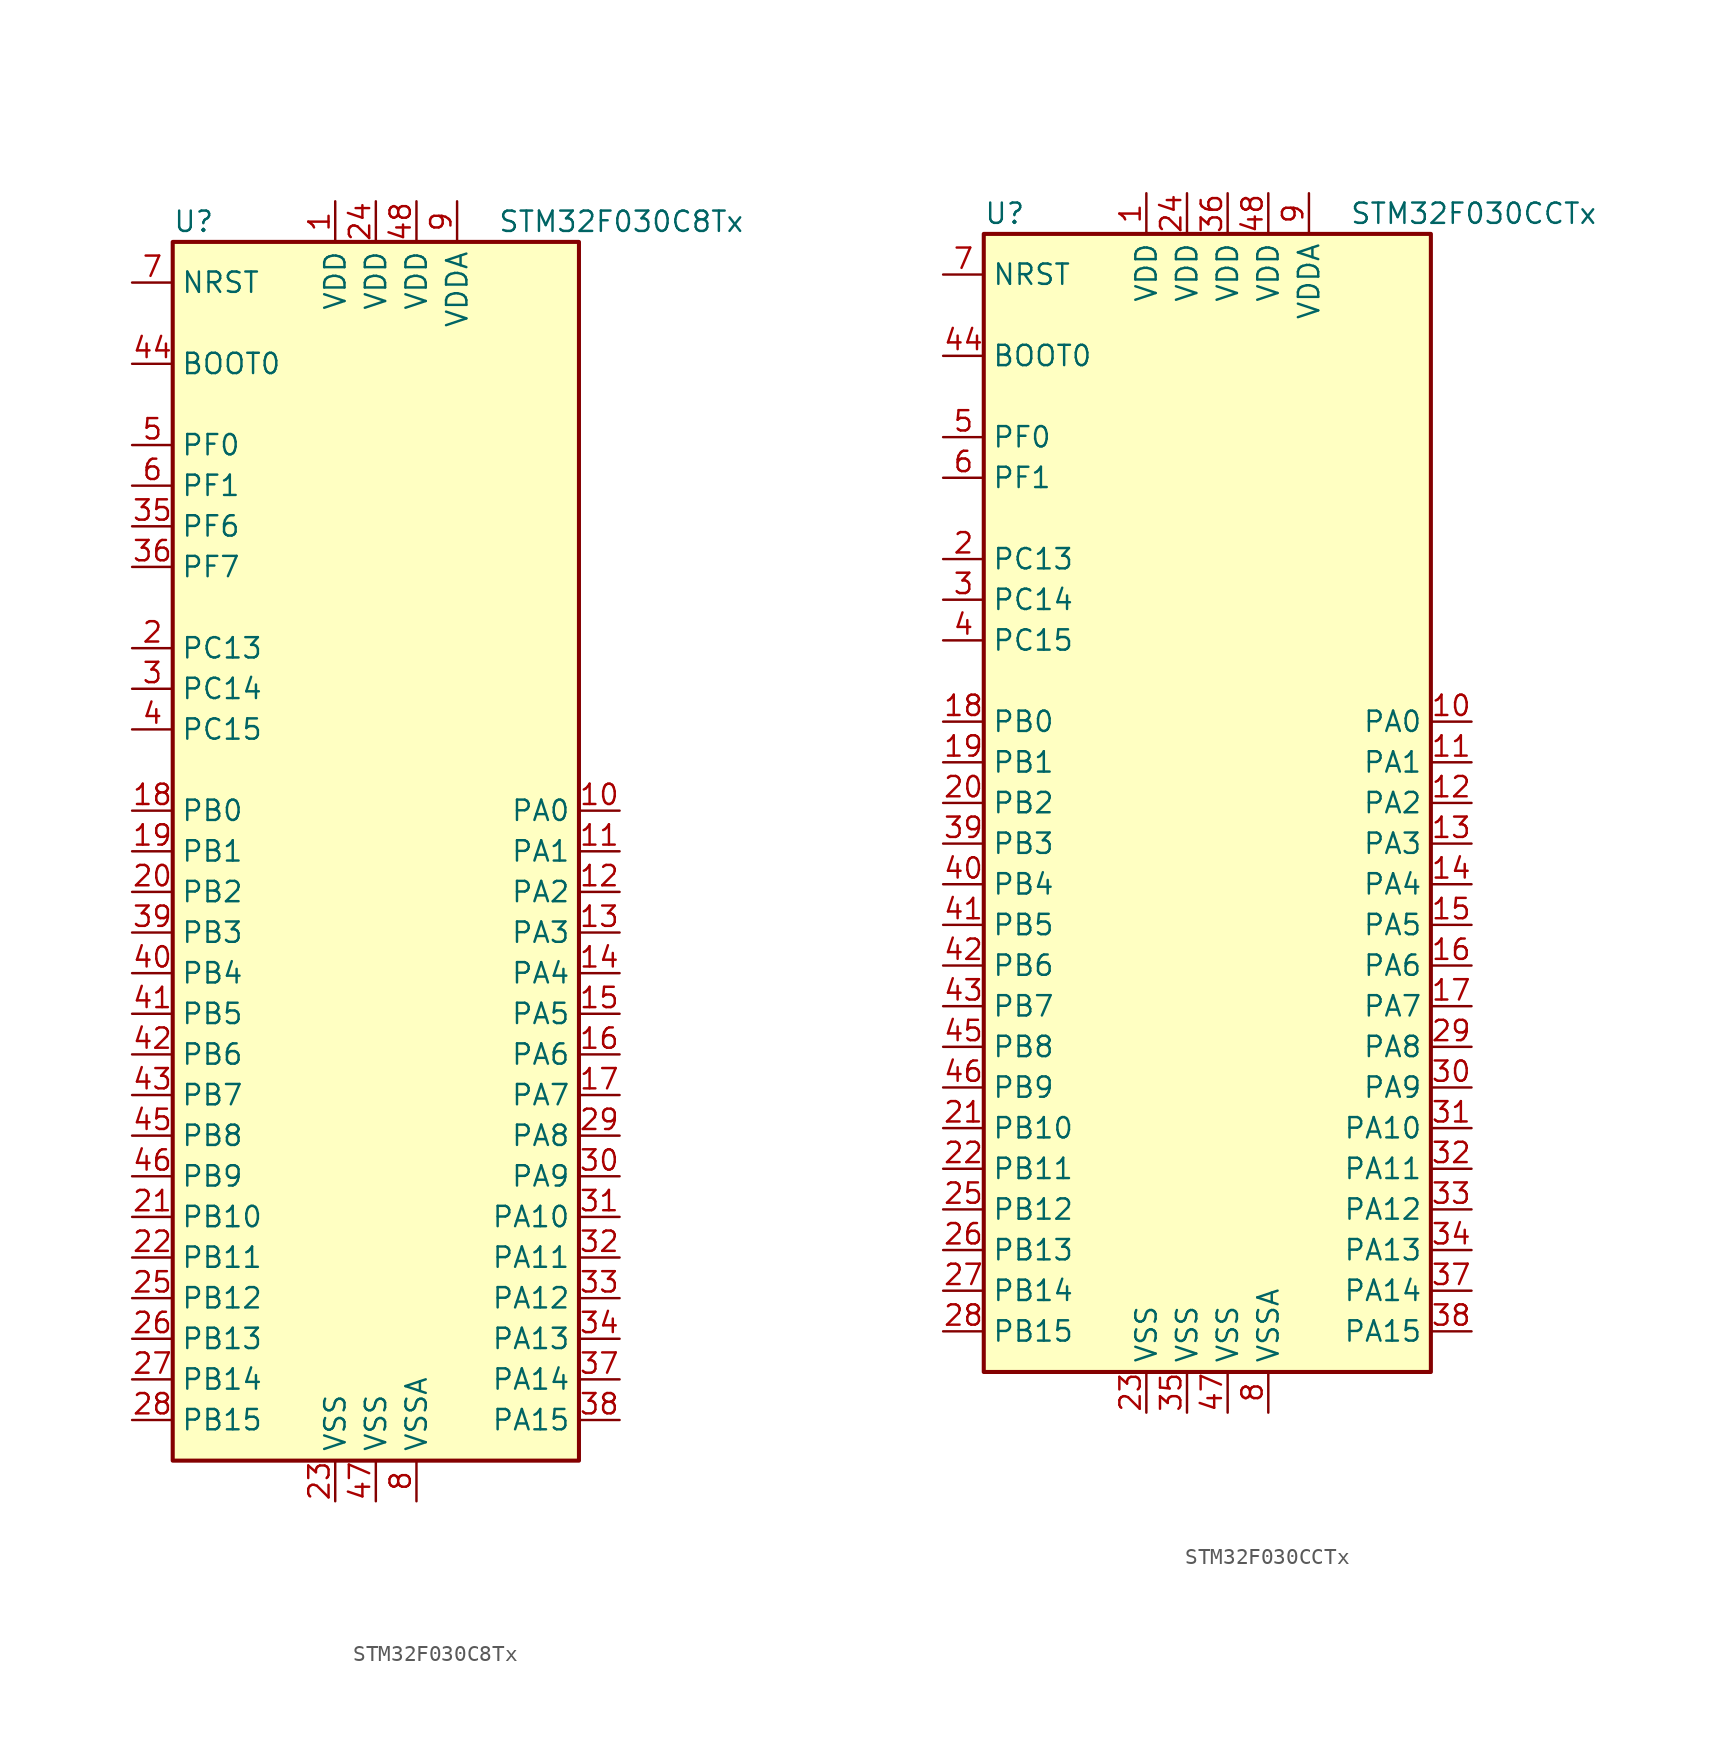
<source format=kicad_sym>
(kicad_symbol_lib
  (version 20211014)
  (generator kicad_symbol_editor)
  (symbol "STM32F030C8Tx"
    (property "Reference" "U"
      (at -12.7 39.37 0)
      (effects (font (size 1.27 1.27)) (justify left)))
    (property "Value" "STM32F030C8Tx"
      (at 7.62 39.37 0)
      (effects (font (size 1.27 1.27)) (justify left)))
    (symbol "STM32F030C8Tx_0_1"
      (rectangle (start -12.7 -38.1) (end 12.7 38.1) (stroke (width 0.254) (type default) (color 0 0 0 0)) (fill (type background))))
    (symbol "STM32F030C8Tx_1_1"
      (pin power_in line (at -2.54 40.64 270) (length 2.54) (name "VDD" (effects (font (size 1.27 1.27)))) (number "1" (effects (font (size 1.27 1.27)))))
      (pin bidirectional line (at 15.24 2.54 180) (length 2.54) (name "PA0" (effects (font (size 1.27 1.27)))) (number "10" (effects (font (size 1.27 1.27)))))
      (pin bidirectional line (at 15.24 0 180) (length 2.54) (name "PA1" (effects (font (size 1.27 1.27)))) (number "11" (effects (font (size 1.27 1.27)))))
      (pin bidirectional line (at 15.24 -2.54 180) (length 2.54) (name "PA2" (effects (font (size 1.27 1.27)))) (number "12" (effects (font (size 1.27 1.27)))))
      (pin bidirectional line (at 15.24 -5.08 180) (length 2.54) (name "PA3" (effects (font (size 1.27 1.27)))) (number "13" (effects (font (size 1.27 1.27)))))
      (pin bidirectional line (at 15.24 -7.62 180) (length 2.54) (name "PA4" (effects (font (size 1.27 1.27)))) (number "14" (effects (font (size 1.27 1.27)))))
      (pin bidirectional line (at 15.24 -10.16 180) (length 2.54) (name "PA5" (effects (font (size 1.27 1.27)))) (number "15" (effects (font (size 1.27 1.27)))))
      (pin bidirectional line (at 15.24 -12.7 180) (length 2.54) (name "PA6" (effects (font (size 1.27 1.27)))) (number "16" (effects (font (size 1.27 1.27)))))
      (pin bidirectional line (at 15.24 -15.24 180) (length 2.54) (name "PA7" (effects (font (size 1.27 1.27)))) (number "17" (effects (font (size 1.27 1.27)))))
      (pin bidirectional line (at -15.24 2.54 0) (length 2.54) (name "PB0" (effects (font (size 1.27 1.27)))) (number "18" (effects (font (size 1.27 1.27)))))
      (pin bidirectional line (at -15.24 0 0) (length 2.54) (name "PB1" (effects (font (size 1.27 1.27)))) (number "19" (effects (font (size 1.27 1.27)))))
      (pin bidirectional line (at -15.24 12.7 0) (length 2.54) (name "PC13" (effects (font (size 1.27 1.27)))) (number "2" (effects (font (size 1.27 1.27)))))
      (pin bidirectional line (at -15.24 -2.54 0) (length 2.54) (name "PB2" (effects (font (size 1.27 1.27)))) (number "20" (effects (font (size 1.27 1.27)))))
      (pin bidirectional line (at -15.24 -22.86 0) (length 2.54) (name "PB10" (effects (font (size 1.27 1.27)))) (number "21" (effects (font (size 1.27 1.27)))))
      (pin bidirectional line (at -15.24 -25.4 0) (length 2.54) (name "PB11" (effects (font (size 1.27 1.27)))) (number "22" (effects (font (size 1.27 1.27)))))
      (pin power_in line (at -2.54 -40.64 90) (length 2.54) (name "VSS" (effects (font (size 1.27 1.27)))) (number "23" (effects (font (size 1.27 1.27)))))
      (pin power_in line (at 0 40.64 270) (length 2.54) (name "VDD" (effects (font (size 1.27 1.27)))) (number "24" (effects (font (size 1.27 1.27)))))
      (pin bidirectional line (at -15.24 -27.94 0) (length 2.54) (name "PB12" (effects (font (size 1.27 1.27)))) (number "25" (effects (font (size 1.27 1.27)))))
      (pin bidirectional line (at -15.24 -30.48 0) (length 2.54) (name "PB13" (effects (font (size 1.27 1.27)))) (number "26" (effects (font (size 1.27 1.27)))))
      (pin bidirectional line (at -15.24 -33.02 0) (length 2.54) (name "PB14" (effects (font (size 1.27 1.27)))) (number "27" (effects (font (size 1.27 1.27)))))
      (pin bidirectional line (at -15.24 -35.56 0) (length 2.54) (name "PB15" (effects (font (size 1.27 1.27)))) (number "28" (effects (font (size 1.27 1.27)))))
      (pin bidirectional line (at 15.24 -17.78 180) (length 2.54) (name "PA8" (effects (font (size 1.27 1.27)))) (number "29" (effects (font (size 1.27 1.27)))))
      (pin bidirectional line (at -15.24 10.16 0) (length 2.54) (name "PC14" (effects (font (size 1.27 1.27)))) (number "3" (effects (font (size 1.27 1.27)))))
      (pin bidirectional line (at 15.24 -20.32 180) (length 2.54) (name "PA9" (effects (font (size 1.27 1.27)))) (number "30" (effects (font (size 1.27 1.27)))))
      (pin bidirectional line (at 15.24 -22.86 180) (length 2.54) (name "PA10" (effects (font (size 1.27 1.27)))) (number "31" (effects (font (size 1.27 1.27)))))
      (pin bidirectional line (at 15.24 -25.4 180) (length 2.54) (name "PA11" (effects (font (size 1.27 1.27)))) (number "32" (effects (font (size 1.27 1.27)))))
      (pin bidirectional line (at 15.24 -27.94 180) (length 2.54) (name "PA12" (effects (font (size 1.27 1.27)))) (number "33" (effects (font (size 1.27 1.27)))))
      (pin bidirectional line (at 15.24 -30.48 180) (length 2.54) (name "PA13" (effects (font (size 1.27 1.27)))) (number "34" (effects (font (size 1.27 1.27)))))
      (pin bidirectional line (at -15.24 20.32 0) (length 2.54) (name "PF6" (effects (font (size 1.27 1.27)))) (number "35" (effects (font (size 1.27 1.27)))))
      (pin bidirectional line (at -15.24 17.78 0) (length 2.54) (name "PF7" (effects (font (size 1.27 1.27)))) (number "36" (effects (font (size 1.27 1.27)))))
      (pin bidirectional line (at 15.24 -33.02 180) (length 2.54) (name "PA14" (effects (font (size 1.27 1.27)))) (number "37" (effects (font (size 1.27 1.27)))))
      (pin bidirectional line (at 15.24 -35.56 180) (length 2.54) (name "PA15" (effects (font (size 1.27 1.27)))) (number "38" (effects (font (size 1.27 1.27)))))
      (pin bidirectional line (at -15.24 -5.08 0) (length 2.54) (name "PB3" (effects (font (size 1.27 1.27)))) (number "39" (effects (font (size 1.27 1.27)))))
      (pin bidirectional line (at -15.24 7.62 0) (length 2.54) (name "PC15" (effects (font (size 1.27 1.27)))) (number "4" (effects (font (size 1.27 1.27)))))
      (pin bidirectional line (at -15.24 -7.62 0) (length 2.54) (name "PB4" (effects (font (size 1.27 1.27)))) (number "40" (effects (font (size 1.27 1.27)))))
      (pin bidirectional line (at -15.24 -10.16 0) (length 2.54) (name "PB5" (effects (font (size 1.27 1.27)))) (number "41" (effects (font (size 1.27 1.27)))))
      (pin bidirectional line (at -15.24 -12.7 0) (length 2.54) (name "PB6" (effects (font (size 1.27 1.27)))) (number "42" (effects (font (size 1.27 1.27)))))
      (pin bidirectional line (at -15.24 -15.24 0) (length 2.54) (name "PB7" (effects (font (size 1.27 1.27)))) (number "43" (effects (font (size 1.27 1.27)))))
      (pin input line (at -15.24 30.48 0) (length 2.54) (name "BOOT0" (effects (font (size 1.27 1.27)))) (number "44" (effects (font (size 1.27 1.27)))))
      (pin bidirectional line (at -15.24 -17.78 0) (length 2.54) (name "PB8" (effects (font (size 1.27 1.27)))) (number "45" (effects (font (size 1.27 1.27)))))
      (pin bidirectional line (at -15.24 -20.32 0) (length 2.54) (name "PB9" (effects (font (size 1.27 1.27)))) (number "46" (effects (font (size 1.27 1.27)))))
      (pin power_in line (at 0 -40.64 90) (length 2.54) (name "VSS" (effects (font (size 1.27 1.27)))) (number "47" (effects (font (size 1.27 1.27)))))
      (pin power_in line (at 2.54 40.64 270) (length 2.54) (name "VDD" (effects (font (size 1.27 1.27)))) (number "48" (effects (font (size 1.27 1.27)))))
      (pin input line (at -15.24 25.4 0) (length 2.54) (name "PF0" (effects (font (size 1.27 1.27)))) (number "5" (effects (font (size 1.27 1.27)))))
      (pin input line (at -15.24 22.86 0) (length 2.54) (name "PF1" (effects (font (size 1.27 1.27)))) (number "6" (effects (font (size 1.27 1.27)))))
      (pin input line (at -15.24 35.56 0) (length 2.54) (name "NRST" (effects (font (size 1.27 1.27)))) (number "7" (effects (font (size 1.27 1.27)))))
      (pin power_in line (at 2.54 -40.64 90) (length 2.54) (name "VSSA" (effects (font (size 1.27 1.27)))) (number "8" (effects (font (size 1.27 1.27)))))
      (pin power_in line (at 5.08 40.64 270) (length 2.54) (name "VDDA" (effects (font (size 1.27 1.27)))) (number "9" (effects (font (size 1.27 1.27)))))))
  (symbol "STM32F030CCTx"
    (property "Reference" "U"
      (at -15.24 36.83 0)
      (effects (font (size 1.27 1.27)) (justify left)))
    (property "Value" "STM32F030CCTx"
      (at 7.62 36.83 0)
      (effects (font (size 1.27 1.27)) (justify left)))
    (symbol "STM32F030CCTx_0_1"
      (rectangle (start -15.24 -35.56) (end 12.7 35.56) (stroke (width 0.254) (type default) (color 0 0 0 0)) (fill (type background))))
    (symbol "STM32F030CCTx_1_1"
      (pin power_in line (at -5.08 38.1 270) (length 2.54) (name "VDD" (effects (font (size 1.27 1.27)))) (number "1" (effects (font (size 1.27 1.27)))))
      (pin bidirectional line (at 15.24 5.08 180) (length 2.54) (name "PA0" (effects (font (size 1.27 1.27)))) (number "10" (effects (font (size 1.27 1.27)))))
      (pin bidirectional line (at 15.24 2.54 180) (length 2.54) (name "PA1" (effects (font (size 1.27 1.27)))) (number "11" (effects (font (size 1.27 1.27)))))
      (pin bidirectional line (at 15.24 0 180) (length 2.54) (name "PA2" (effects (font (size 1.27 1.27)))) (number "12" (effects (font (size 1.27 1.27)))))
      (pin bidirectional line (at 15.24 -2.54 180) (length 2.54) (name "PA3" (effects (font (size 1.27 1.27)))) (number "13" (effects (font (size 1.27 1.27)))))
      (pin bidirectional line (at 15.24 -5.08 180) (length 2.54) (name "PA4" (effects (font (size 1.27 1.27)))) (number "14" (effects (font (size 1.27 1.27)))))
      (pin bidirectional line (at 15.24 -7.62 180) (length 2.54) (name "PA5" (effects (font (size 1.27 1.27)))) (number "15" (effects (font (size 1.27 1.27)))))
      (pin bidirectional line (at 15.24 -10.16 180) (length 2.54) (name "PA6" (effects (font (size 1.27 1.27)))) (number "16" (effects (font (size 1.27 1.27)))))
      (pin bidirectional line (at 15.24 -12.7 180) (length 2.54) (name "PA7" (effects (font (size 1.27 1.27)))) (number "17" (effects (font (size 1.27 1.27)))))
      (pin bidirectional line (at -17.78 5.08 0) (length 2.54) (name "PB0" (effects (font (size 1.27 1.27)))) (number "18" (effects (font (size 1.27 1.27)))))
      (pin bidirectional line (at -17.78 2.54 0) (length 2.54) (name "PB1" (effects (font (size 1.27 1.27)))) (number "19" (effects (font (size 1.27 1.27)))))
      (pin bidirectional line (at -17.78 15.24 0) (length 2.54) (name "PC13" (effects (font (size 1.27 1.27)))) (number "2" (effects (font (size 1.27 1.27)))))
      (pin bidirectional line (at -17.78 0 0) (length 2.54) (name "PB2" (effects (font (size 1.27 1.27)))) (number "20" (effects (font (size 1.27 1.27)))))
      (pin bidirectional line (at -17.78 -20.32 0) (length 2.54) (name "PB10" (effects (font (size 1.27 1.27)))) (number "21" (effects (font (size 1.27 1.27)))))
      (pin bidirectional line (at -17.78 -22.86 0) (length 2.54) (name "PB11" (effects (font (size 1.27 1.27)))) (number "22" (effects (font (size 1.27 1.27)))))
      (pin power_in line (at -5.08 -38.1 90) (length 2.54) (name "VSS" (effects (font (size 1.27 1.27)))) (number "23" (effects (font (size 1.27 1.27)))))
      (pin power_in line (at -2.54 38.1 270) (length 2.54) (name "VDD" (effects (font (size 1.27 1.27)))) (number "24" (effects (font (size 1.27 1.27)))))
      (pin bidirectional line (at -17.78 -25.4 0) (length 2.54) (name "PB12" (effects (font (size 1.27 1.27)))) (number "25" (effects (font (size 1.27 1.27)))))
      (pin bidirectional line (at -17.78 -27.94 0) (length 2.54) (name "PB13" (effects (font (size 1.27 1.27)))) (number "26" (effects (font (size 1.27 1.27)))))
      (pin bidirectional line (at -17.78 -30.48 0) (length 2.54) (name "PB14" (effects (font (size 1.27 1.27)))) (number "27" (effects (font (size 1.27 1.27)))))
      (pin bidirectional line (at -17.78 -33.02 0) (length 2.54) (name "PB15" (effects (font (size 1.27 1.27)))) (number "28" (effects (font (size 1.27 1.27)))))
      (pin bidirectional line (at 15.24 -15.24 180) (length 2.54) (name "PA8" (effects (font (size 1.27 1.27)))) (number "29" (effects (font (size 1.27 1.27)))))
      (pin bidirectional line (at -17.78 12.7 0) (length 2.54) (name "PC14" (effects (font (size 1.27 1.27)))) (number "3" (effects (font (size 1.27 1.27)))))
      (pin bidirectional line (at 15.24 -17.78 180) (length 2.54) (name "PA9" (effects (font (size 1.27 1.27)))) (number "30" (effects (font (size 1.27 1.27)))))
      (pin bidirectional line (at 15.24 -20.32 180) (length 2.54) (name "PA10" (effects (font (size 1.27 1.27)))) (number "31" (effects (font (size 1.27 1.27)))))
      (pin bidirectional line (at 15.24 -22.86 180) (length 2.54) (name "PA11" (effects (font (size 1.27 1.27)))) (number "32" (effects (font (size 1.27 1.27)))))
      (pin bidirectional line (at 15.24 -25.4 180) (length 2.54) (name "PA12" (effects (font (size 1.27 1.27)))) (number "33" (effects (font (size 1.27 1.27)))))
      (pin bidirectional line (at 15.24 -27.94 180) (length 2.54) (name "PA13" (effects (font (size 1.27 1.27)))) (number "34" (effects (font (size 1.27 1.27)))))
      (pin power_in line (at -2.54 -38.1 90) (length 2.54) (name "VSS" (effects (font (size 1.27 1.27)))) (number "35" (effects (font (size 1.27 1.27)))))
      (pin power_in line (at 0 38.1 270) (length 2.54) (name "VDD" (effects (font (size 1.27 1.27)))) (number "36" (effects (font (size 1.27 1.27)))))
      (pin bidirectional line (at 15.24 -30.48 180) (length 2.54) (name "PA14" (effects (font (size 1.27 1.27)))) (number "37" (effects (font (size 1.27 1.27)))))
      (pin bidirectional line (at 15.24 -33.02 180) (length 2.54) (name "PA15" (effects (font (size 1.27 1.27)))) (number "38" (effects (font (size 1.27 1.27)))))
      (pin bidirectional line (at -17.78 -2.54 0) (length 2.54) (name "PB3" (effects (font (size 1.27 1.27)))) (number "39" (effects (font (size 1.27 1.27)))))
      (pin bidirectional line (at -17.78 10.16 0) (length 2.54) (name "PC15" (effects (font (size 1.27 1.27)))) (number "4" (effects (font (size 1.27 1.27)))))
      (pin bidirectional line (at -17.78 -5.08 0) (length 2.54) (name "PB4" (effects (font (size 1.27 1.27)))) (number "40" (effects (font (size 1.27 1.27)))))
      (pin bidirectional line (at -17.78 -7.62 0) (length 2.54) (name "PB5" (effects (font (size 1.27 1.27)))) (number "41" (effects (font (size 1.27 1.27)))))
      (pin bidirectional line (at -17.78 -10.16 0) (length 2.54) (name "PB6" (effects (font (size 1.27 1.27)))) (number "42" (effects (font (size 1.27 1.27)))))
      (pin bidirectional line (at -17.78 -12.7 0) (length 2.54) (name "PB7" (effects (font (size 1.27 1.27)))) (number "43" (effects (font (size 1.27 1.27)))))
      (pin input line (at -17.78 27.94 0) (length 2.54) (name "BOOT0" (effects (font (size 1.27 1.27)))) (number "44" (effects (font (size 1.27 1.27)))))
      (pin bidirectional line (at -17.78 -15.24 0) (length 2.54) (name "PB8" (effects (font (size 1.27 1.27)))) (number "45" (effects (font (size 1.27 1.27)))))
      (pin bidirectional line (at -17.78 -17.78 0) (length 2.54) (name "PB9" (effects (font (size 1.27 1.27)))) (number "46" (effects (font (size 1.27 1.27)))))
      (pin power_in line (at 0 -38.1 90) (length 2.54) (name "VSS" (effects (font (size 1.27 1.27)))) (number "47" (effects (font (size 1.27 1.27)))))
      (pin power_in line (at 2.54 38.1 270) (length 2.54) (name "VDD" (effects (font (size 1.27 1.27)))) (number "48" (effects (font (size 1.27 1.27)))))
      (pin input line (at -17.78 22.86 0) (length 2.54) (name "PF0" (effects (font (size 1.27 1.27)))) (number "5" (effects (font (size 1.27 1.27)))))
      (pin input line (at -17.78 20.32 0) (length 2.54) (name "PF1" (effects (font (size 1.27 1.27)))) (number "6" (effects (font (size 1.27 1.27)))))
      (pin input line (at -17.78 33.02 0) (length 2.54) (name "NRST" (effects (font (size 1.27 1.27)))) (number "7" (effects (font (size 1.27 1.27)))))
      (pin power_in line (at 2.54 -38.1 90) (length 2.54) (name "VSSA" (effects (font (size 1.27 1.27)))) (number "8" (effects (font (size 1.27 1.27)))))
      (pin power_in line (at 5.08 38.1 270) (length 2.54) (name "VDDA" (effects (font (size 1.27 1.27)))) (number "9" (effects (font (size 1.27 1.27))))))))
</source>
